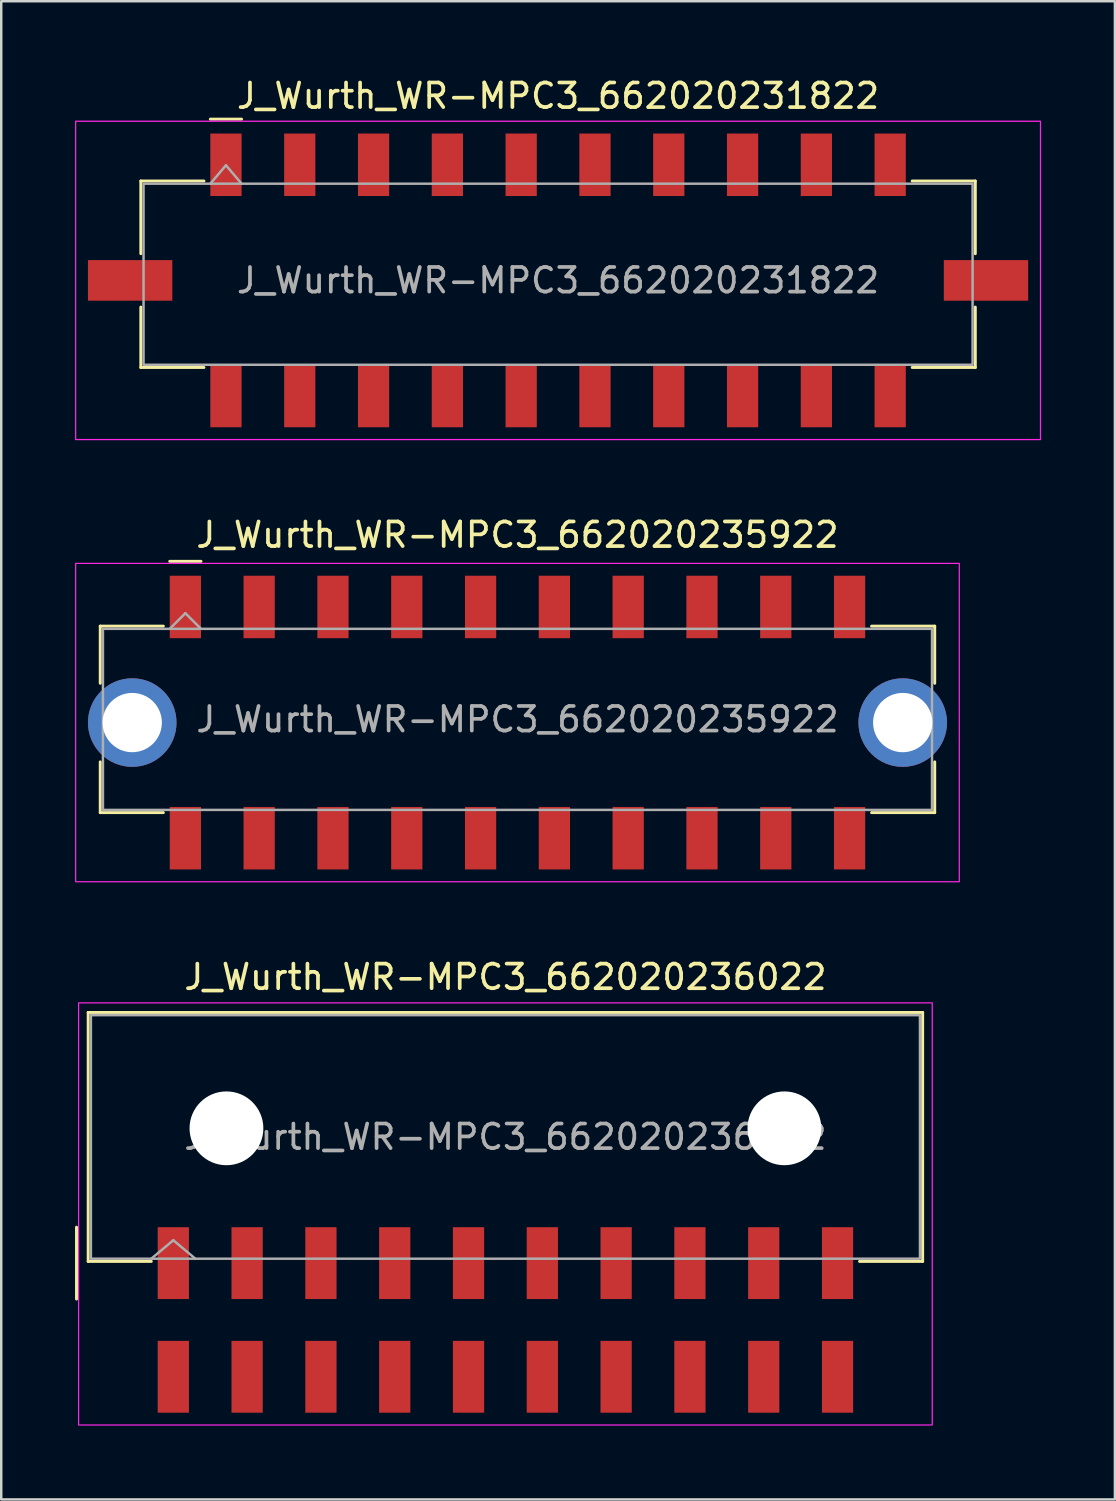
<source format=kicad_pcb>
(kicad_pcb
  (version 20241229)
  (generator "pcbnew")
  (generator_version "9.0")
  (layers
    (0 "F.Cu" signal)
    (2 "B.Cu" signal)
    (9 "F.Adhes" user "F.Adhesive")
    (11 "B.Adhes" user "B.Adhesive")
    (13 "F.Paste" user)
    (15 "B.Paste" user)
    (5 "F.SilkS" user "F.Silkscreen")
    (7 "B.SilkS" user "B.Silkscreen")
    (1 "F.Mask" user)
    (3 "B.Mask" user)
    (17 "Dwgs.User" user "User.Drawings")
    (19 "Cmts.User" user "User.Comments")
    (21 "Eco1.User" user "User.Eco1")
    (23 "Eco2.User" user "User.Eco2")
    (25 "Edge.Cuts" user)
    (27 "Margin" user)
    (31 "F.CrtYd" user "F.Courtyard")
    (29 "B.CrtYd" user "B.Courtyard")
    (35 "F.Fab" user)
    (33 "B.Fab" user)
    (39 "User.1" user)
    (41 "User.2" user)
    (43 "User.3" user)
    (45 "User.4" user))
  (footprint "J_Wurth_WR-MPC3_662020236022"
    (layer "F.Cu")
    (at 17.495 43.165)
    (property "Reference" "J_Wurth_WR-MPC3_662020236022" (at 0 -6.5 0) (unlocked yes) (layer "F.SilkS") (effects (font (size 1 1) (thickness 0.15))))
    (attr smd)
    (fp_line (start -17.435 3.67) (end -17.435 6.59) (stroke (width 0.12) (type solid)) (layer "F.SilkS"))
    (fp_line (start -16.96 -5.06) (end 16.96 -5.06) (stroke (width 0.12) (type default)) (layer "F.SilkS"))
    (fp_line (start -16.96 5.06) (end -16.96 -5.06) (stroke (width 0.12) (type default)) (layer "F.SilkS"))
    (fp_line (start -14.395 5.06) (end -16.96 5.06) (stroke (width 0.12) (type solid)) (layer "F.SilkS"))
    (fp_line (start 16.96 -5.06) (end 16.96 5.06) (stroke (width 0.12) (type default)) (layer "F.SilkS"))
    (fp_line (start 16.96 5.06) (end 14.395 5.06) (stroke (width 0.12) (type solid)) (layer "F.SilkS"))
    (fp_rect (start -17.35 -5.45) (end 17.35 11.71) (stroke (width 0.05) (type solid)) (fill no) (layer "F.CrtYd"))
    (fp_line (start -13.5 4.2) (end -14.395 4.95) (stroke (width 0.1) (type solid)) (layer "F.Fab"))
    (fp_line (start -13.5 4.2) (end -12.605 4.95) (stroke (width 0.1) (type solid)) (layer "F.Fab"))
    (fp_rect (start -16.85 -4.95) (end 16.85 4.95) (stroke (width 0.1) (type solid)) (fill no) (layer "F.Fab"))
    (fp_text user "${REFERENCE}" (at 0 0 0) (unlocked yes) (layer "F.Fab") (effects (font (size 1 1) (thickness 0.15))))
    (pad "" np_thru_hole circle (at -11.34 -0.35 180) (size 3 3) (drill 3) (layers "*.Cu" "*.Mask"))
    (pad "" np_thru_hole circle (at 11.34 -0.35 180) (size 3 3) (drill 3) (layers "*.Cu" "*.Mask"))
    (pad "1" smd rect (at -13.5 5.13 180) (size 1.27 2.92) (layers "F.Cu" "F.Mask" "F.Paste"))
    (pad "2" smd rect (at -10.5 5.13 180) (size 1.27 2.92) (layers "F.Cu" "F.Mask" "F.Paste"))
    (pad "3" smd rect (at -7.5 5.13 180) (size 1.27 2.92) (layers "F.Cu" "F.Mask" "F.Paste"))
    (pad "4" smd rect (at -4.5 5.13 180) (size 1.27 2.92) (layers "F.Cu" "F.Mask" "F.Paste"))
    (pad "5" smd rect (at -1.5 5.13 180) (size 1.27 2.92) (layers "F.Cu" "F.Mask" "F.Paste"))
    (pad "6" smd rect (at 1.5 5.13 180) (size 1.27 2.92) (layers "F.Cu" "F.Mask" "F.Paste"))
    (pad "7" smd rect (at 4.5 5.13 180) (size 1.27 2.92) (layers "F.Cu" "F.Mask" "F.Paste"))
    (pad "8" smd rect (at 7.5 5.13 180) (size 1.27 2.92) (layers "F.Cu" "F.Mask" "F.Paste"))
    (pad "9" smd rect (at 10.5 5.13 180) (size 1.27 2.92) (layers "F.Cu" "F.Mask" "F.Paste"))
    (pad "10" smd rect (at 13.5 5.13 180) (size 1.27 2.92) (layers "F.Cu" "F.Mask" "F.Paste"))
    (pad "11" smd rect (at -13.5 9.75 180) (size 1.27 2.92) (layers "F.Cu" "F.Mask" "F.Paste"))
    (pad "12" smd rect (at -10.5 9.75 180) (size 1.27 2.92) (layers "F.Cu" "F.Mask" "F.Paste"))
    (pad "13" smd rect (at -7.5 9.75 180) (size 1.27 2.92) (layers "F.Cu" "F.Mask" "F.Paste"))
    (pad "14" smd rect (at -4.5 9.75 180) (size 1.27 2.92) (layers "F.Cu" "F.Mask" "F.Paste"))
    (pad "15" smd rect (at -1.5 9.75 180) (size 1.27 2.92) (layers "F.Cu" "F.Mask" "F.Paste"))
    (pad "16" smd rect (at 1.5 9.75 180) (size 1.27 2.92) (layers "F.Cu" "F.Mask" "F.Paste"))
    (pad "17" smd rect (at 4.5 9.75 180) (size 1.27 2.92) (layers "F.Cu" "F.Mask" "F.Paste"))
    (pad "18" smd rect (at 7.5 9.75 180) (size 1.27 2.92) (layers "F.Cu" "F.Mask" "F.Paste"))
    (pad "19" smd rect (at 10.5 9.75 180) (size 1.27 2.92) (layers "F.Cu" "F.Mask" "F.Paste"))
    (pad "20" smd rect (at 13.5 9.75 180) (size 1.27 2.92) (layers "F.Cu" "F.Mask" "F.Paste")))
  (footprint "J_Wurth_WR-MPC3_662020235922"
    (layer "F.Cu")
    (at 17.985 26.192)
    (property "Reference" "J_Wurth_WR-MPC3_662020235922" (at 0 -7.5 0) (unlocked yes) (layer "F.SilkS") (effects (font (size 1 1) (thickness 0.15))))
    (attr smd)
    (fp_line (start -16.96 -3.79) (end -16.96 -1.468) (stroke (width 0.12) (type default)) (layer "F.SilkS"))
    (fp_line (start -16.96 1.728) (end -16.96 3.79) (stroke (width 0.12) (type default)) (layer "F.SilkS"))
    (fp_line (start -14.395 -3.79) (end -16.96 -3.79) (stroke (width 0.12) (type solid)) (layer "F.SilkS"))
    (fp_line (start -14.395 3.79) (end -16.96 3.79) (stroke (width 0.12) (type solid)) (layer "F.SilkS"))
    (fp_line (start -14.135 -6.425) (end -12.865 -6.425) (stroke (width 0.12) (type solid)) (layer "F.SilkS"))
    (fp_line (start 16.96 -3.79) (end 14.395 -3.79) (stroke (width 0.12) (type solid)) (layer "F.SilkS"))
    (fp_line (start 16.96 -3.79) (end 16.96 -1.468) (stroke (width 0.12) (type default)) (layer "F.SilkS"))
    (fp_line (start 16.96 1.728) (end 16.96 3.79) (stroke (width 0.12) (type default)) (layer "F.SilkS"))
    (fp_line (start 16.96 3.79) (end 14.395 3.79) (stroke (width 0.12) (type solid)) (layer "F.SilkS"))
    (fp_rect (start -17.96 -6.34) (end 17.96 6.6) (stroke (width 0.05) (type solid)) (fill no) (layer "F.CrtYd"))
    (fp_line (start -13.5 -4.315) (end -14.135 -3.68) (stroke (width 0.1) (type default)) (layer "F.Fab"))
    (fp_line (start -12.865 -3.68) (end -13.5 -4.315) (stroke (width 0.1) (type default)) (layer "F.Fab"))
    (fp_rect (start -16.85 -3.68) (end 16.85 3.68) (stroke (width 0.1) (type solid)) (fill no) (layer "F.Fab"))
    (fp_text user "${REFERENCE}" (at 0 0 0) (unlocked yes) (layer "F.Fab") (effects (font (size 1 1) (thickness 0.15))))
    (pad "1" smd rect (at -13.5 -4.57 180) (size 1.27 2.54) (layers "F.Cu" "F.Mask" "F.Paste"))
    (pad "2" smd rect (at -10.5 -4.57 180) (size 1.27 2.54) (layers "F.Cu" "F.Mask" "F.Paste"))
    (pad "3" smd rect (at -7.5 -4.57 180) (size 1.27 2.54) (layers "F.Cu" "F.Mask" "F.Paste"))
    (pad "4" smd rect (at -4.5 -4.57 180) (size 1.27 2.54) (layers "F.Cu" "F.Mask" "F.Paste"))
    (pad "5" smd rect (at -1.5 -4.57 180) (size 1.27 2.54) (layers "F.Cu" "F.Mask" "F.Paste"))
    (pad "6" smd rect (at 1.5 -4.57 180) (size 1.27 2.54) (layers "F.Cu" "F.Mask" "F.Paste"))
    (pad "7" smd rect (at 4.5 -4.57 180) (size 1.27 2.54) (layers "F.Cu" "F.Mask" "F.Paste"))
    (pad "8" smd rect (at 7.5 -4.57 180) (size 1.27 2.54) (layers "F.Cu" "F.Mask" "F.Paste"))
    (pad "9" smd rect (at 10.5 -4.57 180) (size 1.27 2.54) (layers "F.Cu" "F.Mask" "F.Paste"))
    (pad "10" smd rect (at 13.5 -4.57 180) (size 1.27 2.54) (layers "F.Cu" "F.Mask" "F.Paste"))
    (pad "11" smd rect (at -13.5 4.83 180) (size 1.27 2.54) (layers "F.Cu" "F.Mask" "F.Paste"))
    (pad "12" smd rect (at -10.5 4.83 180) (size 1.27 2.54) (layers "F.Cu" "F.Mask" "F.Paste"))
    (pad "13" smd rect (at -7.5 4.83 180) (size 1.27 2.54) (layers "F.Cu" "F.Mask" "F.Paste"))
    (pad "14" smd rect (at -4.5 4.83 180) (size 1.27 2.54) (layers "F.Cu" "F.Mask" "F.Paste"))
    (pad "15" smd rect (at -1.5 4.83 180) (size 1.27 2.54) (layers "F.Cu" "F.Mask" "F.Paste"))
    (pad "16" smd rect (at 1.5 4.83 180) (size 1.27 2.54) (layers "F.Cu" "F.Mask" "F.Paste"))
    (pad "17" smd rect (at 4.5 4.83 180) (size 1.27 2.54) (layers "F.Cu" "F.Mask" "F.Paste"))
    (pad "18" smd rect (at 7.5 4.83 180) (size 1.27 2.54) (layers "F.Cu" "F.Mask" "F.Paste"))
    (pad "19" smd rect (at 10.5 4.83 180) (size 1.27 2.54) (layers "F.Cu" "F.Mask" "F.Paste"))
    (pad "20" smd rect (at 13.5 4.83 180) (size 1.27 2.54) (layers "F.Cu" "F.Mask" "F.Paste"))
    (pad "MH1" thru_hole circle (at 15.66 0.13 180) (size 3.6 3.6) (drill 2.41) (layers "*.Cu" "*.Mask"))
    (pad "MH2" thru_hole circle (at -15.66 0.13 180) (size 3.6 3.6) (drill 2.41) (layers "*.Cu" "*.Mask")))
  (footprint "J_Wurth_WR-MPC3_662020231822"
    (layer "F.Cu")
    (at 19.635 8.348)
    (property "Reference" "J_Wurth_WR-MPC3_662020231822" (at 0 -7.5 0) (unlocked yes) (layer "F.SilkS") (effects (font (size 1 1) (thickness 0.15))))
    (attr smd)
    (fp_line (start -16.96 -4.04) (end -14.395 -4.04) (stroke (width 0.12) (type solid)) (layer "F.SilkS"))
    (fp_line (start -16.96 -1.085) (end -16.96 -4.04) (stroke (width 0.12) (type solid)) (layer "F.SilkS"))
    (fp_line (start -16.96 3.54) (end -16.96 1.085) (stroke (width 0.12) (type solid)) (layer "F.SilkS"))
    (fp_line (start -16.96 3.54) (end -14.395 3.54) (stroke (width 0.12) (type solid)) (layer "F.SilkS"))
    (fp_line (start -14.135 -6.555) (end -12.865 -6.555) (stroke (width 0.12) (type solid)) (layer "F.SilkS"))
    (fp_line (start 14.395 -4.04) (end 16.96 -4.04) (stroke (width 0.12) (type solid)) (layer "F.SilkS"))
    (fp_line (start 14.395 3.54) (end 16.96 3.54) (stroke (width 0.12) (type solid)) (layer "F.SilkS"))
    (fp_line (start 16.96 -1.085) (end 16.96 -4.04) (stroke (width 0.12) (type solid)) (layer "F.SilkS"))
    (fp_line (start 16.96 3.54) (end 16.96 1.085) (stroke (width 0.12) (type solid)) (layer "F.SilkS"))
    (fp_rect (start -19.61 -6.47) (end 19.61 6.47) (stroke (width 0.05) (type solid)) (fill no) (layer "F.CrtYd"))
    (fp_line (start -13.5 -4.68) (end -14.135 -3.93) (stroke (width 0.1) (type solid)) (layer "F.Fab"))
    (fp_line (start -13.5 -4.68) (end -12.865 -3.93) (stroke (width 0.1) (type solid)) (layer "F.Fab"))
    (fp_rect (start -16.85 -3.93) (end 16.85 3.43) (stroke (width 0.1) (type solid)) (fill no) (layer "F.Fab"))
    (fp_text user "${REFERENCE}" (at 0 0 0) (unlocked yes) (layer "F.Fab") (effects (font (size 1 1) (thickness 0.15))))
    (pad "1" smd rect (at -13.5 -4.7 180) (size 1.27 2.54) (layers "F.Cu" "F.Mask" "F.Paste"))
    (pad "2" smd rect (at -10.5 -4.7 180) (size 1.27 2.54) (layers "F.Cu" "F.Mask" "F.Paste"))
    (pad "3" smd rect (at -7.5 -4.7 180) (size 1.27 2.54) (layers "F.Cu" "F.Mask" "F.Paste"))
    (pad "4" smd rect (at -4.5 -4.7 180) (size 1.27 2.54) (layers "F.Cu" "F.Mask" "F.Paste"))
    (pad "5" smd rect (at -1.5 -4.7 180) (size 1.27 2.54) (layers "F.Cu" "F.Mask" "F.Paste"))
    (pad "6" smd rect (at 1.5 -4.7 180) (size 1.27 2.54) (layers "F.Cu" "F.Mask" "F.Paste"))
    (pad "7" smd rect (at 4.5 -4.7 180) (size 1.27 2.54) (layers "F.Cu" "F.Mask" "F.Paste"))
    (pad "8" smd rect (at 7.5 -4.7 180) (size 1.27 2.54) (layers "F.Cu" "F.Mask" "F.Paste"))
    (pad "9" smd rect (at 10.5 -4.7 180) (size 1.27 2.54) (layers "F.Cu" "F.Mask" "F.Paste"))
    (pad "10" smd rect (at 13.5 -4.7 180) (size 1.27 2.54) (layers "F.Cu" "F.Mask" "F.Paste"))
    (pad "11" smd rect (at -13.5 4.7 180) (size 1.27 2.54) (layers "F.Cu" "F.Mask" "F.Paste"))
    (pad "12" smd rect (at -10.5 4.7 180) (size 1.27 2.54) (layers "F.Cu" "F.Mask" "F.Paste"))
    (pad "13" smd rect (at -7.5 4.7 180) (size 1.27 2.54) (layers "F.Cu" "F.Mask" "F.Paste"))
    (pad "14" smd rect (at -4.5 4.7 180) (size 1.27 2.54) (layers "F.Cu" "F.Mask" "F.Paste"))
    (pad "15" smd rect (at -1.5 4.7 180) (size 1.27 2.54) (layers "F.Cu" "F.Mask" "F.Paste"))
    (pad "16" smd rect (at 1.5 4.7 180) (size 1.27 2.54) (layers "F.Cu" "F.Mask" "F.Paste"))
    (pad "17" smd rect (at 4.5 4.7 180) (size 1.27 2.54) (layers "F.Cu" "F.Mask" "F.Paste"))
    (pad "18" smd rect (at 7.5 4.7 180) (size 1.27 2.54) (layers "F.Cu" "F.Mask" "F.Paste"))
    (pad "19" smd rect (at 10.5 4.7 180) (size 1.27 2.54) (layers "F.Cu" "F.Mask" "F.Paste"))
    (pad "20" smd rect (at 13.5 4.7 180) (size 1.27 2.54) (layers "F.Cu" "F.Mask" "F.Paste"))
    (pad "MP1" smd rect (at 17.395 0 180) (size 3.43 1.65) (layers "F.Cu" "F.Mask" "F.Paste"))
    (pad "MP2" smd rect (at -17.395 0 180) (size 3.43 1.65) (layers "F.Cu" "F.Mask" "F.Paste")))
  (gr_rect
    (start -3 -3)
    (end 42.27 57.9)
    (stroke (width 0.1) (type default))
    (fill no)
    (layer "Edge.Cuts")))
</source>
